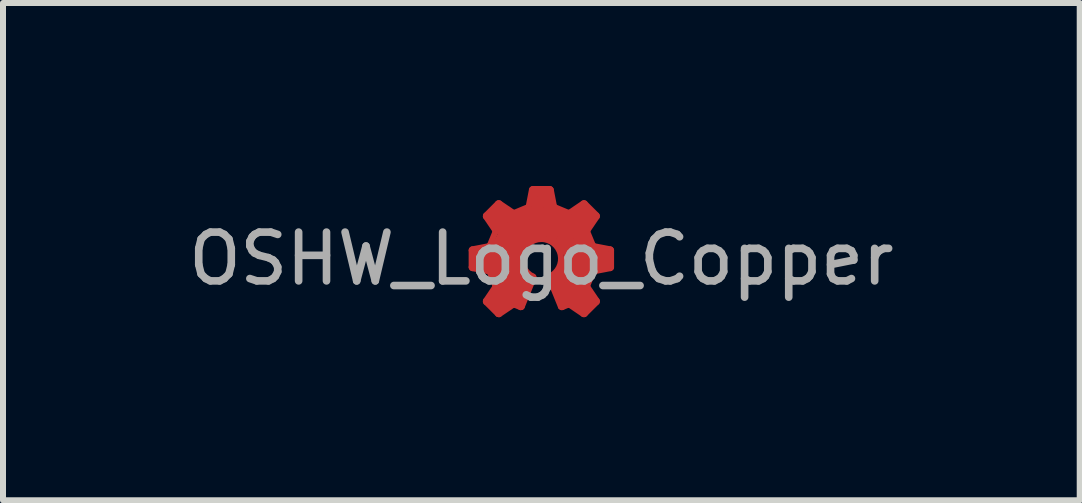
<source format=kicad_pcb>
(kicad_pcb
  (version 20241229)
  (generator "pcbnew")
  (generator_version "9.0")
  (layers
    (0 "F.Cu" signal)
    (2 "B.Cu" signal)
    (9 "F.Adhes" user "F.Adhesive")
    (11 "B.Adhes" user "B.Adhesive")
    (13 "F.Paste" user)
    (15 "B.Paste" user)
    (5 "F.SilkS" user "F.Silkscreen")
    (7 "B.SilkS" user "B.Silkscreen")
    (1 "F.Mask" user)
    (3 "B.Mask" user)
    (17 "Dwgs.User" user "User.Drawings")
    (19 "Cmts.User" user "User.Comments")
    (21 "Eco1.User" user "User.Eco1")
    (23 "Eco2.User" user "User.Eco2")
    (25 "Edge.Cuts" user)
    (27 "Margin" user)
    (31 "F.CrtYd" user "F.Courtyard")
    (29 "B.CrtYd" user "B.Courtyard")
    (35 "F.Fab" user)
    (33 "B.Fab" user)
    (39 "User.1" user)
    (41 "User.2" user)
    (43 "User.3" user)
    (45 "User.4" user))
  (footprint "OSHW_Logo_Copper"
    (layer "F.Cu")
    (at 5.973 1.262)
    (property "Reference" "OSHW_Logo_Copper" (at 0 0 0) (layer "F.Fab") (effects (font (size 0.813 0.813) (thickness 0.127))))
    (attr exclude_from_pos_files exclude_from_bom)
    (fp_line (start -1.162 0.142) (end -1.162 -0.142) (stroke (width 0.1) (type solid)) (layer "F.Cu"))
    (fp_line (start -1.15 -0.156) (end -0.871 -0.21) (stroke (width 0.1) (type solid)) (layer "F.Cu"))
    (fp_line (start -1.079 -0.064) (end -1.079 0.064) (stroke (width 0.254) (type solid)) (layer "F.Cu"))
    (fp_line (start -1.079 0.064) (end -0.762 0.127) (stroke (width 0.254) (type solid)) (layer "F.Cu"))
    (fp_line (start -0.953 -0.064) (end -1.079 -0.064) (stroke (width 0.254) (type solid)) (layer "F.Cu"))
    (fp_line (start -0.953 0) (end -0.953 -0.064) (stroke (width 0.254) (type solid)) (layer "F.Cu"))
    (fp_line (start -0.924 0.702) (end -0.765 0.467) (stroke (width 0.1) (type solid)) (layer "F.Cu"))
    (fp_line (start -0.922 -0.721) (end -0.721 -0.922) (stroke (width 0.1) (type solid)) (layer "F.Cu"))
    (fp_line (start -0.871 0.211) (end -1.15 0.157) (stroke (width 0.1) (type solid)) (layer "F.Cu"))
    (fp_line (start -0.86 -0.219) (end -0.763 -0.453) (stroke (width 0.1) (type solid)) (layer "F.Cu"))
    (fp_line (start -0.765 -0.467) (end -0.924 -0.702) (stroke (width 0.1) (type solid)) (layer "F.Cu"))
    (fp_line (start -0.763 0.453) (end -0.86 0.22) (stroke (width 0.1) (type solid)) (layer "F.Cu"))
    (fp_line (start -0.762 -0.699) (end -0.572 -0.445) (stroke (width 0.254) (type solid)) (layer "F.Cu"))
    (fp_line (start -0.762 0.127) (end -0.635 0.445) (stroke (width 0.254) (type solid)) (layer "F.Cu"))
    (fp_line (start -0.762 0.699) (end -0.699 0.762) (stroke (width 0.254) (type solid)) (layer "F.Cu"))
    (fp_line (start -0.721 0.922) (end -0.922 0.722) (stroke (width 0.1) (type solid)) (layer "F.Cu"))
    (fp_line (start -0.702 -0.923) (end -0.467 -0.764) (stroke (width 0.1) (type solid)) (layer "F.Cu"))
    (fp_line (start -0.699 -0.762) (end -0.762 -0.699) (stroke (width 0.254) (type solid)) (layer "F.Cu"))
    (fp_line (start -0.699 -0.191) (end -0.953 0) (stroke (width 0.254) (type solid)) (layer "F.Cu"))
    (fp_line (start -0.699 0) (end -0.381 -0.445) (stroke (width 0.254) (type solid)) (layer "F.Cu"))
    (fp_line (start -0.699 0.762) (end -0.508 0.635) (stroke (width 0.254) (type solid)) (layer "F.Cu"))
    (fp_line (start -0.635 0.445) (end -0.699 0.635) (stroke (width 0.254) (type solid)) (layer "F.Cu"))
    (fp_line (start -0.572 -0.445) (end -0.699 -0.191) (stroke (width 0.254) (type solid)) (layer "F.Cu"))
    (fp_line (start -0.508 0.445) (end -0.699 0) (stroke (width 0.254) (type solid)) (layer "F.Cu"))
    (fp_line (start -0.508 0.635) (end -0.381 0.699) (stroke (width 0.254) (type solid)) (layer "F.Cu"))
    (fp_line (start -0.467 0.765) (end -0.702 0.924) (stroke (width 0.1) (type solid)) (layer "F.Cu"))
    (fp_line (start -0.453 -0.763) (end -0.22 -0.86) (stroke (width 0.1) (type solid)) (layer "F.Cu"))
    (fp_line (start -0.445 -0.635) (end -0.699 -0.762) (stroke (width 0.254) (type solid)) (layer "F.Cu"))
    (fp_line (start -0.445 -0.191) (end -0.191 -0.445) (stroke (width 0.254) (type solid)) (layer "F.Cu"))
    (fp_line (start -0.445 0.064) (end -0.445 -0.191) (stroke (width 0.254) (type solid)) (layer "F.Cu"))
    (fp_line (start -0.445 0.572) (end -0.508 0.445) (stroke (width 0.254) (type solid)) (layer "F.Cu"))
    (fp_line (start -0.381 -0.445) (end -0.254 -0.572) (stroke (width 0.254) (type solid)) (layer "F.Cu"))
    (fp_line (start -0.381 0.254) (end -0.445 0.064) (stroke (width 0.254) (type solid)) (layer "F.Cu"))
    (fp_line (start -0.381 0.699) (end -0.254 0.381) (stroke (width 0.254) (type solid)) (layer "F.Cu"))
    (fp_line (start -0.346 0.808) (end -0.453 0.764) (stroke (width 0.1) (type solid)) (layer "F.Cu"))
    (fp_line (start -0.254 -0.572) (end -0.127 -0.635) (stroke (width 0.254) (type solid)) (layer "F.Cu"))
    (fp_line (start -0.254 0.381) (end -0.381 0.254) (stroke (width 0.254) (type solid)) (layer "F.Cu"))
    (fp_line (start -0.211 -0.871) (end -0.157 -1.149) (stroke (width 0.1) (type solid)) (layer "F.Cu"))
    (fp_line (start -0.191 -0.445) (end 0.127 -0.445) (stroke (width 0.254) (type solid)) (layer "F.Cu"))
    (fp_line (start -0.142 -1.162) (end 0.142 -1.162) (stroke (width 0.1) (type solid)) (layer "F.Cu"))
    (fp_line (start -0.13 0.318) (end -0.326 0.8) (stroke (width 0.1) (type solid)) (layer "F.Cu"))
    (fp_line (start -0.127 -0.762) (end -0.445 -0.635) (stroke (width 0.254) (type solid)) (layer "F.Cu"))
    (fp_line (start -0.127 -0.635) (end 0 -0.699) (stroke (width 0.254) (type solid)) (layer "F.Cu"))
    (fp_line (start -0.064 -1.016) (end -0.127 -0.762) (stroke (width 0.254) (type solid)) (layer "F.Cu"))
    (fp_line (start 0 -0.699) (end 0.127 -0.635) (stroke (width 0.254) (type solid)) (layer "F.Cu"))
    (fp_line (start 0.064 -1.016) (end -0.064 -1.016) (stroke (width 0.254) (type solid)) (layer "F.Cu"))
    (fp_line (start 0.127 -0.762) (end 0.064 -1.016) (stroke (width 0.254) (type solid)) (layer "F.Cu"))
    (fp_line (start 0.127 -0.635) (end 0.508 -0.445) (stroke (width 0.254) (type solid)) (layer "F.Cu"))
    (fp_line (start 0.127 -0.445) (end 0.381 -0.318) (stroke (width 0.254) (type solid)) (layer "F.Cu"))
    (fp_line (start 0.157 -1.149) (end 0.211 -0.871) (stroke (width 0.1) (type solid)) (layer "F.Cu"))
    (fp_line (start 0.22 -0.86) (end 0.453 -0.763) (stroke (width 0.1) (type solid)) (layer "F.Cu"))
    (fp_line (start 0.254 0.381) (end 0.381 0.635) (stroke (width 0.254) (type solid)) (layer "F.Cu"))
    (fp_line (start 0.326 0.8) (end 0.13 0.318) (stroke (width 0.1) (type solid)) (layer "F.Cu"))
    (fp_line (start 0.381 -0.318) (end 0.508 -0.064) (stroke (width 0.254) (type solid)) (layer "F.Cu"))
    (fp_line (start 0.381 0.635) (end 0.572 0.699) (stroke (width 0.254) (type solid)) (layer "F.Cu"))
    (fp_line (start 0.445 0.191) (end 0.254 0.381) (stroke (width 0.254) (type solid)) (layer "F.Cu"))
    (fp_line (start 0.453 0.764) (end 0.346 0.808) (stroke (width 0.1) (type solid)) (layer "F.Cu"))
    (fp_line (start 0.467 -0.764) (end 0.702 -0.923) (stroke (width 0.1) (type solid)) (layer "F.Cu"))
    (fp_line (start 0.508 -0.572) (end 0.127 -0.762) (stroke (width 0.254) (type solid)) (layer "F.Cu"))
    (fp_line (start 0.508 -0.445) (end 0.635 -0.254) (stroke (width 0.254) (type solid)) (layer "F.Cu"))
    (fp_line (start 0.508 -0.064) (end 0.445 0.191) (stroke (width 0.254) (type solid)) (layer "F.Cu"))
    (fp_line (start 0.508 0.381) (end 0.508 0.508) (stroke (width 0.254) (type solid)) (layer "F.Cu"))
    (fp_line (start 0.572 -0.635) (end 0.508 -0.572) (stroke (width 0.254) (type solid)) (layer "F.Cu"))
    (fp_line (start 0.572 0.254) (end 0.508 0.381) (stroke (width 0.254) (type solid)) (layer "F.Cu"))
    (fp_line (start 0.572 0.699) (end 0.699 0.762) (stroke (width 0.254) (type solid)) (layer "F.Cu"))
    (fp_line (start 0.635 -0.445) (end 0.762 -0.699) (stroke (width 0.254) (type solid)) (layer "F.Cu"))
    (fp_line (start 0.635 -0.254) (end 0.635 -0.064) (stroke (width 0.254) (type solid)) (layer "F.Cu"))
    (fp_line (start 0.635 -0.064) (end 0.572 0.254) (stroke (width 0.254) (type solid)) (layer "F.Cu"))
    (fp_line (start 0.635 0.381) (end 0.762 0.127) (stroke (width 0.254) (type solid)) (layer "F.Cu"))
    (fp_line (start 0.635 0.508) (end 0.635 0.381) (stroke (width 0.254) (type solid)) (layer "F.Cu"))
    (fp_line (start 0.699 -0.762) (end 0.572 -0.635) (stroke (width 0.254) (type solid)) (layer "F.Cu"))
    (fp_line (start 0.699 0.762) (end 0.762 0.699) (stroke (width 0.254) (type solid)) (layer "F.Cu"))
    (fp_line (start 0.702 0.924) (end 0.467 0.765) (stroke (width 0.1) (type solid)) (layer "F.Cu"))
    (fp_line (start 0.721 -0.922) (end 0.922 -0.721) (stroke (width 0.1) (type solid)) (layer "F.Cu"))
    (fp_line (start 0.762 -0.699) (end 0.699 -0.762) (stroke (width 0.254) (type solid)) (layer "F.Cu"))
    (fp_line (start 0.762 -0.127) (end 0.635 -0.445) (stroke (width 0.254) (type solid)) (layer "F.Cu"))
    (fp_line (start 0.762 0.127) (end 1.016 0.064) (stroke (width 0.254) (type solid)) (layer "F.Cu"))
    (fp_line (start 0.762 0.699) (end 0.635 0.508) (stroke (width 0.254) (type solid)) (layer "F.Cu"))
    (fp_line (start 0.763 -0.453) (end 0.86 -0.219) (stroke (width 0.1) (type solid)) (layer "F.Cu"))
    (fp_line (start 0.765 0.467) (end 0.924 0.702) (stroke (width 0.1) (type solid)) (layer "F.Cu"))
    (fp_line (start 0.826 -0.064) (end 0.762 -0.127) (stroke (width 0.254) (type solid)) (layer "F.Cu"))
    (fp_line (start 0.86 0.22) (end 0.763 0.453) (stroke (width 0.1) (type solid)) (layer "F.Cu"))
    (fp_line (start 0.871 -0.21) (end 1.15 -0.156) (stroke (width 0.1) (type solid)) (layer "F.Cu"))
    (fp_line (start 0.922 0.722) (end 0.721 0.922) (stroke (width 0.1) (type solid)) (layer "F.Cu"))
    (fp_line (start 0.924 -0.702) (end 0.765 -0.467) (stroke (width 0.1) (type solid)) (layer "F.Cu"))
    (fp_line (start 1.016 -0.064) (end 0.826 -0.064) (stroke (width 0.254) (type solid)) (layer "F.Cu"))
    (fp_line (start 1.016 0.064) (end 1.016 -0.064) (stroke (width 0.254) (type solid)) (layer "F.Cu"))
    (fp_line (start 1.15 0.157) (end 0.871 0.211) (stroke (width 0.1) (type solid)) (layer "F.Cu"))
    (fp_line (start 1.162 -0.142) (end 1.162 0.142) (stroke (width 0.1) (type solid)) (layer "F.Cu"))
    (fp_arc (start -1.161906 -0.141687) (mid -1.158474 -0.151236) (end -1.149747 -0.156415) (stroke (width 0.1) (type solid)) (layer "F.Cu"))
    (fp_arc (start -1.149747 0.157083) (mid -1.158473 0.151904) (end -1.161906 0.142355) (stroke (width 0.1) (type solid)) (layer "F.Cu"))
    (fp_arc (start -0.923833 -0.70182) (mid -0.926342 -0.711653) (end -0.922016 -0.720833) (stroke (width 0.1) (type solid)) (layer "F.Cu"))
    (fp_arc (start -0.922015 0.721502) (mid -0.926341 0.712323) (end -0.923833 0.70249) (stroke (width 0.1) (type solid)) (layer "F.Cu"))
    (fp_arc (start -0.871064 0.210849) (mid -0.864423 0.213955) (end -0.860048 0.219837) (stroke (width 0.1) (type solid)) (layer "F.Cu"))
    (fp_arc (start -0.860047 -0.219169) (mid -0.864423 -0.213286) (end -0.871064 -0.21018) (stroke (width 0.1) (type solid)) (layer "F.Cu"))
    (fp_arc (start -0.764792 -0.466745) (mid -0.762292 -0.459853) (end -0.763357 -0.452599) (stroke (width 0.1) (type solid)) (layer "F.Cu"))
    (fp_arc (start -0.763358 0.453267) (mid -0.762292 0.460521) (end -0.764792 0.467413) (stroke (width 0.1) (type solid)) (layer "F.Cu"))
    (fp_arc (start -0.721168 -0.92168) (mid -0.711989 -0.926006) (end -0.702156 -0.923498) (stroke (width 0.1) (type solid)) (layer "F.Cu"))
    (fp_arc (start -0.702155 0.924167) (mid -0.711988 0.926676) (end -0.721168 0.92235) (stroke (width 0.1) (type solid)) (layer "F.Cu"))
    (fp_arc (start -0.46708 0.765126) (mid -0.460188 0.762626) (end -0.452934 0.763691) (stroke (width 0.1) (type solid)) (layer "F.Cu"))
    (fp_arc (start -0.452933 -0.763023) (mid -0.460187 -0.761957) (end -0.467079 -0.764457) (stroke (width 0.1) (type solid)) (layer "F.Cu"))
    (fp_arc (start -0.326417 0.799778) (mid -0.334529 0.807952) (end -0.346044 0.807966) (stroke (width 0.1) (type solid)) (layer "F.Cu"))
    (fp_arc (start -0.210515 -0.870729) (mid -0.213621 -0.864088) (end -0.219503 -0.859713) (stroke (width 0.1) (type solid)) (layer "F.Cu"))
    (fp_arc (start -0.156749 -1.149412) (mid -0.15157 -1.158138) (end -0.142021 -1.161571) (stroke (width 0.1) (type solid)) (layer "F.Cu"))
    (fp_arc (start -0.137244 0.298515) (mid -0.129563 0.306634) (end -0.129628 0.317811) (stroke (width 0.1) (type solid)) (layer "F.Cu"))
    (fp_arc (start -0.137087 0.298586) (mid -0.000085 -0.327915) (end 0.137242 0.298515) (stroke (width 0.1) (type solid)) (layer "F.Cu"))
    (fp_arc (start 0.129627 0.317812) (mid 0.129561 0.306635) (end 0.137242 0.298515) (stroke (width 0.1) (type solid)) (layer "F.Cu"))
    (fp_arc (start 0.14202 -1.161572) (mid 0.15157 -1.15814) (end 0.156749 -1.149413) (stroke (width 0.1) (type solid)) (layer "F.Cu"))
    (fp_arc (start 0.219502 -0.859713) (mid 0.21362 -0.864089) (end 0.210514 -0.87073) (stroke (width 0.1) (type solid)) (layer "F.Cu"))
    (fp_arc (start 0.346043 0.807966) (mid 0.334528 0.807951) (end 0.326416 0.799778) (stroke (width 0.1) (type solid)) (layer "F.Cu"))
    (fp_arc (start 0.452932 0.763692) (mid 0.460186 0.762626) (end 0.467078 0.765126) (stroke (width 0.1) (type solid)) (layer "F.Cu"))
    (fp_arc (start 0.467078 -0.764458) (mid 0.460186 -0.761958) (end 0.452933 -0.763023) (stroke (width 0.1) (type solid)) (layer "F.Cu"))
    (fp_arc (start 0.702154 -0.923498) (mid 0.711987 -0.926007) (end 0.721167 -0.921681) (stroke (width 0.1) (type solid)) (layer "F.Cu"))
    (fp_arc (start 0.721167 0.922349) (mid 0.711988 0.926675) (end 0.702155 0.924167) (stroke (width 0.1) (type solid)) (layer "F.Cu"))
    (fp_arc (start 0.763356 -0.452599) (mid 0.762291 -0.459853) (end 0.764791 -0.466745) (stroke (width 0.1) (type solid)) (layer "F.Cu"))
    (fp_arc (start 0.764792 0.467413) (mid 0.762292 0.460521) (end 0.763357 0.453268) (stroke (width 0.1) (type solid)) (layer "F.Cu"))
    (fp_arc (start 0.860047 0.219837) (mid 0.864422 0.213955) (end 0.871063 0.210849) (stroke (width 0.1) (type solid)) (layer "F.Cu"))
    (fp_arc (start 0.871064 -0.21018) (mid 0.864423 -0.213286) (end 0.860047 -0.219168) (stroke (width 0.1) (type solid)) (layer "F.Cu"))
    (fp_arc (start 0.922014 -0.720833) (mid 0.92634 -0.711654) (end 0.923832 -0.701821) (stroke (width 0.1) (type solid)) (layer "F.Cu"))
    (fp_arc (start 0.923832 0.702489) (mid 0.926341 0.712322) (end 0.922015 0.721502) (stroke (width 0.1) (type solid)) (layer "F.Cu"))
    (fp_arc (start 1.149746 -0.156415) (mid 1.158472 -0.151236) (end 1.161905 -0.141687) (stroke (width 0.1) (type solid)) (layer "F.Cu"))
    (fp_arc (start 1.161906 0.142355) (mid 1.158474 0.151905) (end 1.149747 0.157084) (stroke (width 0.1) (type solid)) (layer "F.Cu"))
    (fp_line (start -1.162 0.142) (end -1.162 -0.142) (stroke (width 0.2) (type solid)) (layer "F.Mask"))
    (fp_line (start -1.15 -0.156) (end -0.871 -0.21) (stroke (width 0.2) (type solid)) (layer "F.Mask"))
    (fp_line (start -1.079 -0.064) (end -1.079 0.064) (stroke (width 0.254) (type solid)) (layer "F.Mask"))
    (fp_line (start -1.079 0.064) (end -0.762 0.127) (stroke (width 0.254) (type solid)) (layer "F.Mask"))
    (fp_line (start -0.953 -0.064) (end -1.079 -0.064) (stroke (width 0.254) (type solid)) (layer "F.Mask"))
    (fp_line (start -0.953 0) (end -0.953 -0.064) (stroke (width 0.254) (type solid)) (layer "F.Mask"))
    (fp_line (start -0.924 0.702) (end -0.765 0.467) (stroke (width 0.2) (type solid)) (layer "F.Mask"))
    (fp_line (start -0.922 -0.721) (end -0.721 -0.922) (stroke (width 0.2) (type solid)) (layer "F.Mask"))
    (fp_line (start -0.871 0.211) (end -1.15 0.157) (stroke (width 0.2) (type solid)) (layer "F.Mask"))
    (fp_line (start -0.86 -0.219) (end -0.763 -0.453) (stroke (width 0.2) (type solid)) (layer "F.Mask"))
    (fp_line (start -0.765 -0.467) (end -0.924 -0.702) (stroke (width 0.2) (type solid)) (layer "F.Mask"))
    (fp_line (start -0.763 0.453) (end -0.86 0.22) (stroke (width 0.2) (type solid)) (layer "F.Mask"))
    (fp_line (start -0.762 -0.699) (end -0.572 -0.445) (stroke (width 0.254) (type solid)) (layer "F.Mask"))
    (fp_line (start -0.762 0.127) (end -0.635 0.445) (stroke (width 0.254) (type solid)) (layer "F.Mask"))
    (fp_line (start -0.762 0.699) (end -0.699 0.762) (stroke (width 0.254) (type solid)) (layer "F.Mask"))
    (fp_line (start -0.721 0.922) (end -0.922 0.722) (stroke (width 0.2) (type solid)) (layer "F.Mask"))
    (fp_line (start -0.702 -0.923) (end -0.467 -0.764) (stroke (width 0.2) (type solid)) (layer "F.Mask"))
    (fp_line (start -0.699 -0.762) (end -0.762 -0.699) (stroke (width 0.254) (type solid)) (layer "F.Mask"))
    (fp_line (start -0.699 -0.191) (end -0.953 0) (stroke (width 0.254) (type solid)) (layer "F.Mask"))
    (fp_line (start -0.699 0) (end -0.381 -0.445) (stroke (width 0.254) (type solid)) (layer "F.Mask"))
    (fp_line (start -0.699 0.762) (end -0.508 0.635) (stroke (width 0.254) (type solid)) (layer "F.Mask"))
    (fp_line (start -0.635 0.445) (end -0.699 0.635) (stroke (width 0.254) (type solid)) (layer "F.Mask"))
    (fp_line (start -0.572 -0.445) (end -0.699 -0.191) (stroke (width 0.254) (type solid)) (layer "F.Mask"))
    (fp_line (start -0.508 0.445) (end -0.699 0) (stroke (width 0.254) (type solid)) (layer "F.Mask"))
    (fp_line (start -0.508 0.635) (end -0.381 0.699) (stroke (width 0.254) (type solid)) (layer "F.Mask"))
    (fp_line (start -0.467 0.765) (end -0.702 0.924) (stroke (width 0.2) (type solid)) (layer "F.Mask"))
    (fp_line (start -0.453 -0.763) (end -0.22 -0.86) (stroke (width 0.2) (type solid)) (layer "F.Mask"))
    (fp_line (start -0.445 -0.635) (end -0.699 -0.762) (stroke (width 0.254) (type solid)) (layer "F.Mask"))
    (fp_line (start -0.445 -0.191) (end -0.191 -0.445) (stroke (width 0.254) (type solid)) (layer "F.Mask"))
    (fp_line (start -0.445 0.064) (end -0.445 -0.191) (stroke (width 0.254) (type solid)) (layer "F.Mask"))
    (fp_line (start -0.445 0.572) (end -0.508 0.445) (stroke (width 0.254) (type solid)) (layer "F.Mask"))
    (fp_line (start -0.381 -0.445) (end -0.254 -0.572) (stroke (width 0.254) (type solid)) (layer "F.Mask"))
    (fp_line (start -0.381 0.254) (end -0.445 0.064) (stroke (width 0.254) (type solid)) (layer "F.Mask"))
    (fp_line (start -0.381 0.699) (end -0.254 0.381) (stroke (width 0.254) (type solid)) (layer "F.Mask"))
    (fp_line (start -0.346 0.808) (end -0.453 0.764) (stroke (width 0.2) (type solid)) (layer "F.Mask"))
    (fp_line (start -0.254 -0.572) (end -0.127 -0.635) (stroke (width 0.254) (type solid)) (layer "F.Mask"))
    (fp_line (start -0.254 0.381) (end -0.381 0.254) (stroke (width 0.254) (type solid)) (layer "F.Mask"))
    (fp_line (start -0.211 -0.871) (end -0.157 -1.149) (stroke (width 0.2) (type solid)) (layer "F.Mask"))
    (fp_line (start -0.191 -0.445) (end 0.127 -0.445) (stroke (width 0.254) (type solid)) (layer "F.Mask"))
    (fp_line (start -0.142 -1.162) (end 0.142 -1.162) (stroke (width 0.2) (type solid)) (layer "F.Mask"))
    (fp_line (start -0.13 0.318) (end -0.326 0.8) (stroke (width 0.2) (type solid)) (layer "F.Mask"))
    (fp_line (start -0.127 -0.762) (end -0.445 -0.635) (stroke (width 0.254) (type solid)) (layer "F.Mask"))
    (fp_line (start -0.127 -0.635) (end 0 -0.699) (stroke (width 0.254) (type solid)) (layer "F.Mask"))
    (fp_line (start -0.064 -1.016) (end -0.127 -0.762) (stroke (width 0.254) (type solid)) (layer "F.Mask"))
    (fp_line (start 0 -0.699) (end 0.127 -0.635) (stroke (width 0.254) (type solid)) (layer "F.Mask"))
    (fp_line (start 0.064 -1.016) (end -0.064 -1.016) (stroke (width 0.254) (type solid)) (layer "F.Mask"))
    (fp_line (start 0.127 -0.762) (end 0.064 -1.016) (stroke (width 0.254) (type solid)) (layer "F.Mask"))
    (fp_line (start 0.127 -0.635) (end 0.508 -0.445) (stroke (width 0.254) (type solid)) (layer "F.Mask"))
    (fp_line (start 0.127 -0.445) (end 0.381 -0.318) (stroke (width 0.254) (type solid)) (layer "F.Mask"))
    (fp_line (start 0.157 -1.149) (end 0.211 -0.871) (stroke (width 0.2) (type solid)) (layer "F.Mask"))
    (fp_line (start 0.22 -0.86) (end 0.453 -0.763) (stroke (width 0.2) (type solid)) (layer "F.Mask"))
    (fp_line (start 0.254 0.381) (end 0.381 0.635) (stroke (width 0.254) (type solid)) (layer "F.Mask"))
    (fp_line (start 0.326 0.8) (end 0.13 0.318) (stroke (width 0.2) (type solid)) (layer "F.Mask"))
    (fp_line (start 0.381 -0.318) (end 0.508 -0.064) (stroke (width 0.254) (type solid)) (layer "F.Mask"))
    (fp_line (start 0.381 0.635) (end 0.572 0.699) (stroke (width 0.254) (type solid)) (layer "F.Mask"))
    (fp_line (start 0.445 0.191) (end 0.254 0.381) (stroke (width 0.254) (type solid)) (layer "F.Mask"))
    (fp_line (start 0.453 0.764) (end 0.346 0.808) (stroke (width 0.2) (type solid)) (layer "F.Mask"))
    (fp_line (start 0.467 -0.764) (end 0.702 -0.923) (stroke (width 0.2) (type solid)) (layer "F.Mask"))
    (fp_line (start 0.508 -0.572) (end 0.127 -0.762) (stroke (width 0.254) (type solid)) (layer "F.Mask"))
    (fp_line (start 0.508 -0.445) (end 0.635 -0.254) (stroke (width 0.254) (type solid)) (layer "F.Mask"))
    (fp_line (start 0.508 -0.064) (end 0.445 0.191) (stroke (width 0.254) (type solid)) (layer "F.Mask"))
    (fp_line (start 0.508 0.381) (end 0.508 0.508) (stroke (width 0.254) (type solid)) (layer "F.Mask"))
    (fp_line (start 0.572 -0.635) (end 0.508 -0.572) (stroke (width 0.254) (type solid)) (layer "F.Mask"))
    (fp_line (start 0.572 0.254) (end 0.508 0.381) (stroke (width 0.254) (type solid)) (layer "F.Mask"))
    (fp_line (start 0.572 0.699) (end 0.699 0.762) (stroke (width 0.254) (type solid)) (layer "F.Mask"))
    (fp_line (start 0.635 -0.445) (end 0.762 -0.699) (stroke (width 0.254) (type solid)) (layer "F.Mask"))
    (fp_line (start 0.635 -0.254) (end 0.635 -0.064) (stroke (width 0.254) (type solid)) (layer "F.Mask"))
    (fp_line (start 0.635 -0.064) (end 0.572 0.254) (stroke (width 0.254) (type solid)) (layer "F.Mask"))
    (fp_line (start 0.635 0.381) (end 0.762 0.127) (stroke (width 0.254) (type solid)) (layer "F.Mask"))
    (fp_line (start 0.635 0.508) (end 0.635 0.381) (stroke (width 0.254) (type solid)) (layer "F.Mask"))
    (fp_line (start 0.699 -0.762) (end 0.572 -0.635) (stroke (width 0.254) (type solid)) (layer "F.Mask"))
    (fp_line (start 0.699 0.762) (end 0.762 0.699) (stroke (width 0.254) (type solid)) (layer "F.Mask"))
    (fp_line (start 0.702 0.924) (end 0.467 0.765) (stroke (width 0.2) (type solid)) (layer "F.Mask"))
    (fp_line (start 0.721 -0.922) (end 0.922 -0.721) (stroke (width 0.2) (type solid)) (layer "F.Mask"))
    (fp_line (start 0.762 -0.699) (end 0.699 -0.762) (stroke (width 0.254) (type solid)) (layer "F.Mask"))
    (fp_line (start 0.762 -0.127) (end 0.635 -0.445) (stroke (width 0.254) (type solid)) (layer "F.Mask"))
    (fp_line (start 0.762 0.127) (end 1.016 0.064) (stroke (width 0.254) (type solid)) (layer "F.Mask"))
    (fp_line (start 0.762 0.699) (end 0.635 0.508) (stroke (width 0.254) (type solid)) (layer "F.Mask"))
    (fp_line (start 0.763 -0.453) (end 0.86 -0.219) (stroke (width 0.2) (type solid)) (layer "F.Mask"))
    (fp_line (start 0.765 0.467) (end 0.924 0.702) (stroke (width 0.2) (type solid)) (layer "F.Mask"))
    (fp_line (start 0.826 -0.064) (end 0.762 -0.127) (stroke (width 0.254) (type solid)) (layer "F.Mask"))
    (fp_line (start 0.86 0.22) (end 0.763 0.453) (stroke (width 0.2) (type solid)) (layer "F.Mask"))
    (fp_line (start 0.871 -0.21) (end 1.15 -0.156) (stroke (width 0.2) (type solid)) (layer "F.Mask"))
    (fp_line (start 0.922 0.722) (end 0.721 0.922) (stroke (width 0.2) (type solid)) (layer "F.Mask"))
    (fp_line (start 0.924 -0.702) (end 0.765 -0.467) (stroke (width 0.2) (type solid)) (layer "F.Mask"))
    (fp_line (start 1.016 -0.064) (end 0.826 -0.064) (stroke (width 0.254) (type solid)) (layer "F.Mask"))
    (fp_line (start 1.016 0.064) (end 1.016 -0.064) (stroke (width 0.254) (type solid)) (layer "F.Mask"))
    (fp_line (start 1.15 0.157) (end 0.871 0.211) (stroke (width 0.2) (type solid)) (layer "F.Mask"))
    (fp_line (start 1.162 -0.142) (end 1.162 0.142) (stroke (width 0.2) (type solid)) (layer "F.Mask"))
    (fp_arc (start -1.161906 -0.141687) (mid -1.158474 -0.151236) (end -1.149747 -0.156415) (stroke (width 0.2) (type solid)) (layer "F.Mask"))
    (fp_arc (start -1.149747 0.157083) (mid -1.158473 0.151904) (end -1.161906 0.142355) (stroke (width 0.2) (type solid)) (layer "F.Mask"))
    (fp_arc (start -0.923833 -0.70182) (mid -0.926342 -0.711653) (end -0.922016 -0.720833) (stroke (width 0.2) (type solid)) (layer "F.Mask"))
    (fp_arc (start -0.922015 0.721502) (mid -0.926341 0.712323) (end -0.923833 0.70249) (stroke (width 0.2) (type solid)) (layer "F.Mask"))
    (fp_arc (start -0.871064 0.210849) (mid -0.864423 0.213955) (end -0.860048 0.219837) (stroke (width 0.2) (type solid)) (layer "F.Mask"))
    (fp_arc (start -0.860047 -0.219169) (mid -0.864423 -0.213286) (end -0.871064 -0.21018) (stroke (width 0.2) (type solid)) (layer "F.Mask"))
    (fp_arc (start -0.764792 -0.466745) (mid -0.762292 -0.459853) (end -0.763357 -0.452599) (stroke (width 0.2) (type solid)) (layer "F.Mask"))
    (fp_arc (start -0.763358 0.453267) (mid -0.762292 0.460521) (end -0.764792 0.467413) (stroke (width 0.2) (type solid)) (layer "F.Mask"))
    (fp_arc (start -0.721168 -0.92168) (mid -0.711989 -0.926006) (end -0.702156 -0.923498) (stroke (width 0.2) (type solid)) (layer "F.Mask"))
    (fp_arc (start -0.702155 0.924167) (mid -0.711988 0.926676) (end -0.721168 0.92235) (stroke (width 0.2) (type solid)) (layer "F.Mask"))
    (fp_arc (start -0.46708 0.765126) (mid -0.460188 0.762626) (end -0.452934 0.763691) (stroke (width 0.2) (type solid)) (layer "F.Mask"))
    (fp_arc (start -0.452933 -0.763023) (mid -0.460187 -0.761957) (end -0.467079 -0.764457) (stroke (width 0.2) (type solid)) (layer "F.Mask"))
    (fp_arc (start -0.326417 0.799778) (mid -0.334529 0.807952) (end -0.346044 0.807966) (stroke (width 0.2) (type solid)) (layer "F.Mask"))
    (fp_arc (start -0.210515 -0.870729) (mid -0.213621 -0.864088) (end -0.219503 -0.859713) (stroke (width 0.2) (type solid)) (layer "F.Mask"))
    (fp_arc (start -0.156749 -1.149412) (mid -0.15157 -1.158138) (end -0.142021 -1.161571) (stroke (width 0.2) (type solid)) (layer "F.Mask"))
    (fp_arc (start -0.137244 0.298515) (mid -0.129563 0.306634) (end -0.129628 0.317811) (stroke (width 0.2) (type solid)) (layer "F.Mask"))
    (fp_arc (start -0.137087 0.298586) (mid -0.000085 -0.327915) (end 0.137242 0.298515) (stroke (width 0.2) (type solid)) (layer "F.Mask"))
    (fp_arc (start 0.129627 0.317812) (mid 0.129561 0.306635) (end 0.137242 0.298515) (stroke (width 0.2) (type solid)) (layer "F.Mask"))
    (fp_arc (start 0.14202 -1.161572) (mid 0.15157 -1.15814) (end 0.156749 -1.149413) (stroke (width 0.2) (type solid)) (layer "F.Mask"))
    (fp_arc (start 0.219502 -0.859713) (mid 0.21362 -0.864089) (end 0.210514 -0.87073) (stroke (width 0.2) (type solid)) (layer "F.Mask"))
    (fp_arc (start 0.346043 0.807966) (mid 0.334528 0.807951) (end 0.326416 0.799778) (stroke (width 0.2) (type solid)) (layer "F.Mask"))
    (fp_arc (start 0.452932 0.763692) (mid 0.460186 0.762626) (end 0.467078 0.765126) (stroke (width 0.2) (type solid)) (layer "F.Mask"))
    (fp_arc (start 0.467078 -0.764458) (mid 0.460186 -0.761958) (end 0.452933 -0.763023) (stroke (width 0.2) (type solid)) (layer "F.Mask"))
    (fp_arc (start 0.702154 -0.923498) (mid 0.711987 -0.926007) (end 0.721167 -0.921681) (stroke (width 0.2) (type solid)) (layer "F.Mask"))
    (fp_arc (start 0.721167 0.922349) (mid 0.711988 0.926675) (end 0.702155 0.924167) (stroke (width 0.2) (type solid)) (layer "F.Mask"))
    (fp_arc (start 0.763356 -0.452599) (mid 0.762291 -0.459853) (end 0.764791 -0.466745) (stroke (width 0.2) (type solid)) (layer "F.Mask"))
    (fp_arc (start 0.764792 0.467413) (mid 0.762292 0.460521) (end 0.763357 0.453268) (stroke (width 0.2) (type solid)) (layer "F.Mask"))
    (fp_arc (start 0.860047 0.219837) (mid 0.864422 0.213955) (end 0.871063 0.210849) (stroke (width 0.2) (type solid)) (layer "F.Mask"))
    (fp_arc (start 0.871064 -0.21018) (mid 0.864423 -0.213286) (end 0.860047 -0.219168) (stroke (width 0.2) (type solid)) (layer "F.Mask"))
    (fp_arc (start 0.922014 -0.720833) (mid 0.92634 -0.711654) (end 0.923832 -0.701821) (stroke (width 0.2) (type solid)) (layer "F.Mask"))
    (fp_arc (start 0.923832 0.702489) (mid 0.926341 0.712322) (end 0.922015 0.721502) (stroke (width 0.2) (type solid)) (layer "F.Mask"))
    (fp_arc (start 1.149746 -0.156415) (mid 1.158472 -0.151236) (end 1.161905 -0.141687) (stroke (width 0.2) (type solid)) (layer "F.Mask"))
    (fp_arc (start 1.161906 0.142355) (mid 1.158474 0.151905) (end 1.149747 0.157084) (stroke (width 0.2) (type solid)) (layer "F.Mask")))
  (gr_rect
    (start -3 -3)
    (end 14.946 5.288)
    (stroke (width 0.1) (type default))
    (fill no)
    (layer "Edge.Cuts")))
</source>
